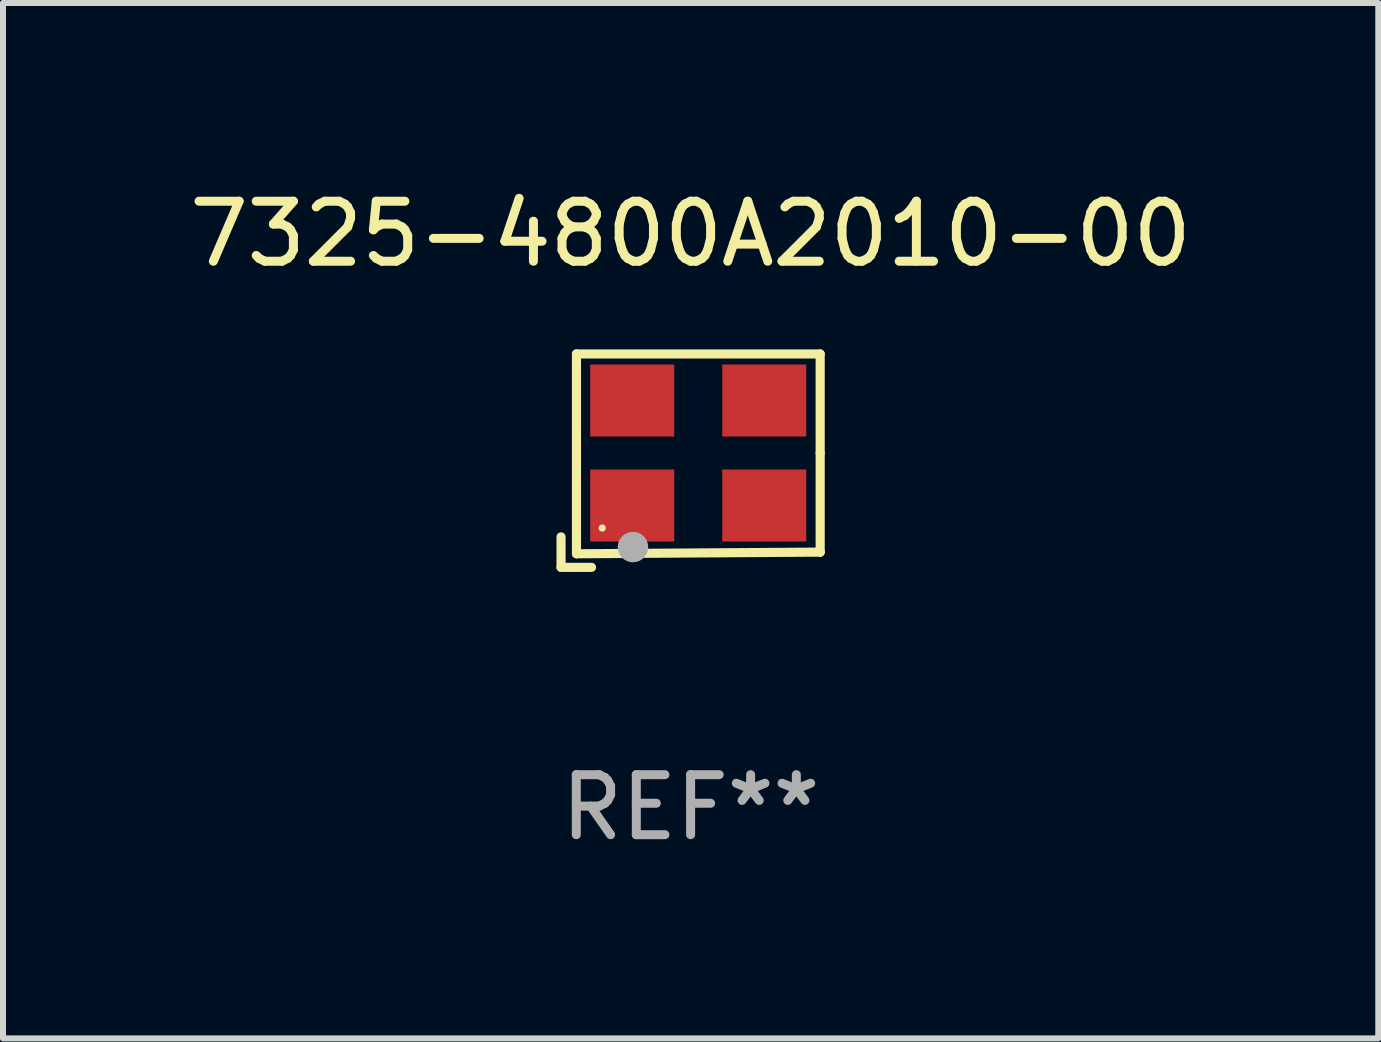
<source format=kicad_pcb>
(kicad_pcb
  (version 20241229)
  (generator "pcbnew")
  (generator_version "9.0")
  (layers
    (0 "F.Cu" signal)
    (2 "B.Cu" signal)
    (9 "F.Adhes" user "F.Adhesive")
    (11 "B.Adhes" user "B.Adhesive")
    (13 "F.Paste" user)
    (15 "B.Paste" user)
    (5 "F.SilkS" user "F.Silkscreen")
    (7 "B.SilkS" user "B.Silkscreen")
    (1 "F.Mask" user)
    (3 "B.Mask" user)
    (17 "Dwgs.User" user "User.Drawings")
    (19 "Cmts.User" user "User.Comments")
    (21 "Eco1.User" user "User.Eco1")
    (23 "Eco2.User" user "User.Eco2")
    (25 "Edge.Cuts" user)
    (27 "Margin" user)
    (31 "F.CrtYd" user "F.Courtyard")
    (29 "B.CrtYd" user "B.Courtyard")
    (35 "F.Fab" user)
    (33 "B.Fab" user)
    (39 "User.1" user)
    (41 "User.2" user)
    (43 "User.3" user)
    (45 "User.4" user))
  (footprint "7325-4800A2010-00"
    (layer "F.Cu")
    (at 8.458 4.626)
    (property "Reference" "7325-4800A2010-00" (at 0 -3.778 0) (layer "F.SilkS") (effects (font (size 1 1) (thickness 0.15))))
    (attr through_hole)
    (fp_line (start -2.159 1.27) (end -2.159 1.778) (stroke (width 0.152) (type solid)) (layer "F.SilkS"))
    (fp_line (start -2.159 1.778) (end -1.651 1.778) (stroke (width 0.152) (type solid)) (layer "F.SilkS"))
    (fp_line (start -1.902 -1.778) (end 2.159 -1.778) (stroke (width 0.152) (type solid)) (layer "F.SilkS"))
    (fp_line (start -1.902 1.552) (end -1.902 -1.778) (stroke (width 0.152) (type solid)) (layer "F.SilkS"))
    (fp_line (start 2.159 -1.778) (end 2.159 -0.127) (stroke (width 0.152) (type solid)) (layer "F.SilkS"))
    (fp_line (start 2.159 -0.127) (end 2.159 1.524) (stroke (width 0.152) (type solid)) (layer "F.SilkS"))
    (fp_line (start 2.159 1.524) (end -1.902 1.552) (stroke (width 0.152) (type solid)) (layer "F.SilkS"))
    (fp_line (start 2.159 1.524) (end 2.159 1.524) (stroke (width 0.152) (type solid)) (layer "F.SilkS"))
    (fp_circle (center -1.473 1.123) (end -1.443 1.123) (stroke (width 0.06) (type solid)) (fill no) (layer "F.SilkS"))
    (fp_circle (center -0.961 1.44) (end -0.834 1.44) (stroke (width 0.254) (type solid)) (fill no) (layer "F.Fab"))
    (fp_text user "REF**" (at 0 5.778 0) (layer "F.Fab") (effects (font (size 1 1) (thickness 0.15))))
    (pad "1" smd rect (at -0.973 0.748) (size 1.4 1.2) (layers "F.Cu" "F.Mask" "F.Paste"))
    (pad "2" smd rect (at 1.227 0.748) (size 1.4 1.2) (layers "F.Cu" "F.Mask" "F.Paste"))
    (pad "3" smd rect (at 1.227 -1.002) (size 1.4 1.2) (layers "F.Cu" "F.Mask" "F.Paste"))
    (pad "4" smd rect (at -0.973 -1.002) (size 1.4 1.2) (layers "F.Cu" "F.Mask" "F.Paste")))
  (gr_rect
    (start -3 -3)
    (end 19.917 14.253)
    (stroke (width 0.1) (type default))
    (fill no)
    (layer "Edge.Cuts")))
</source>
